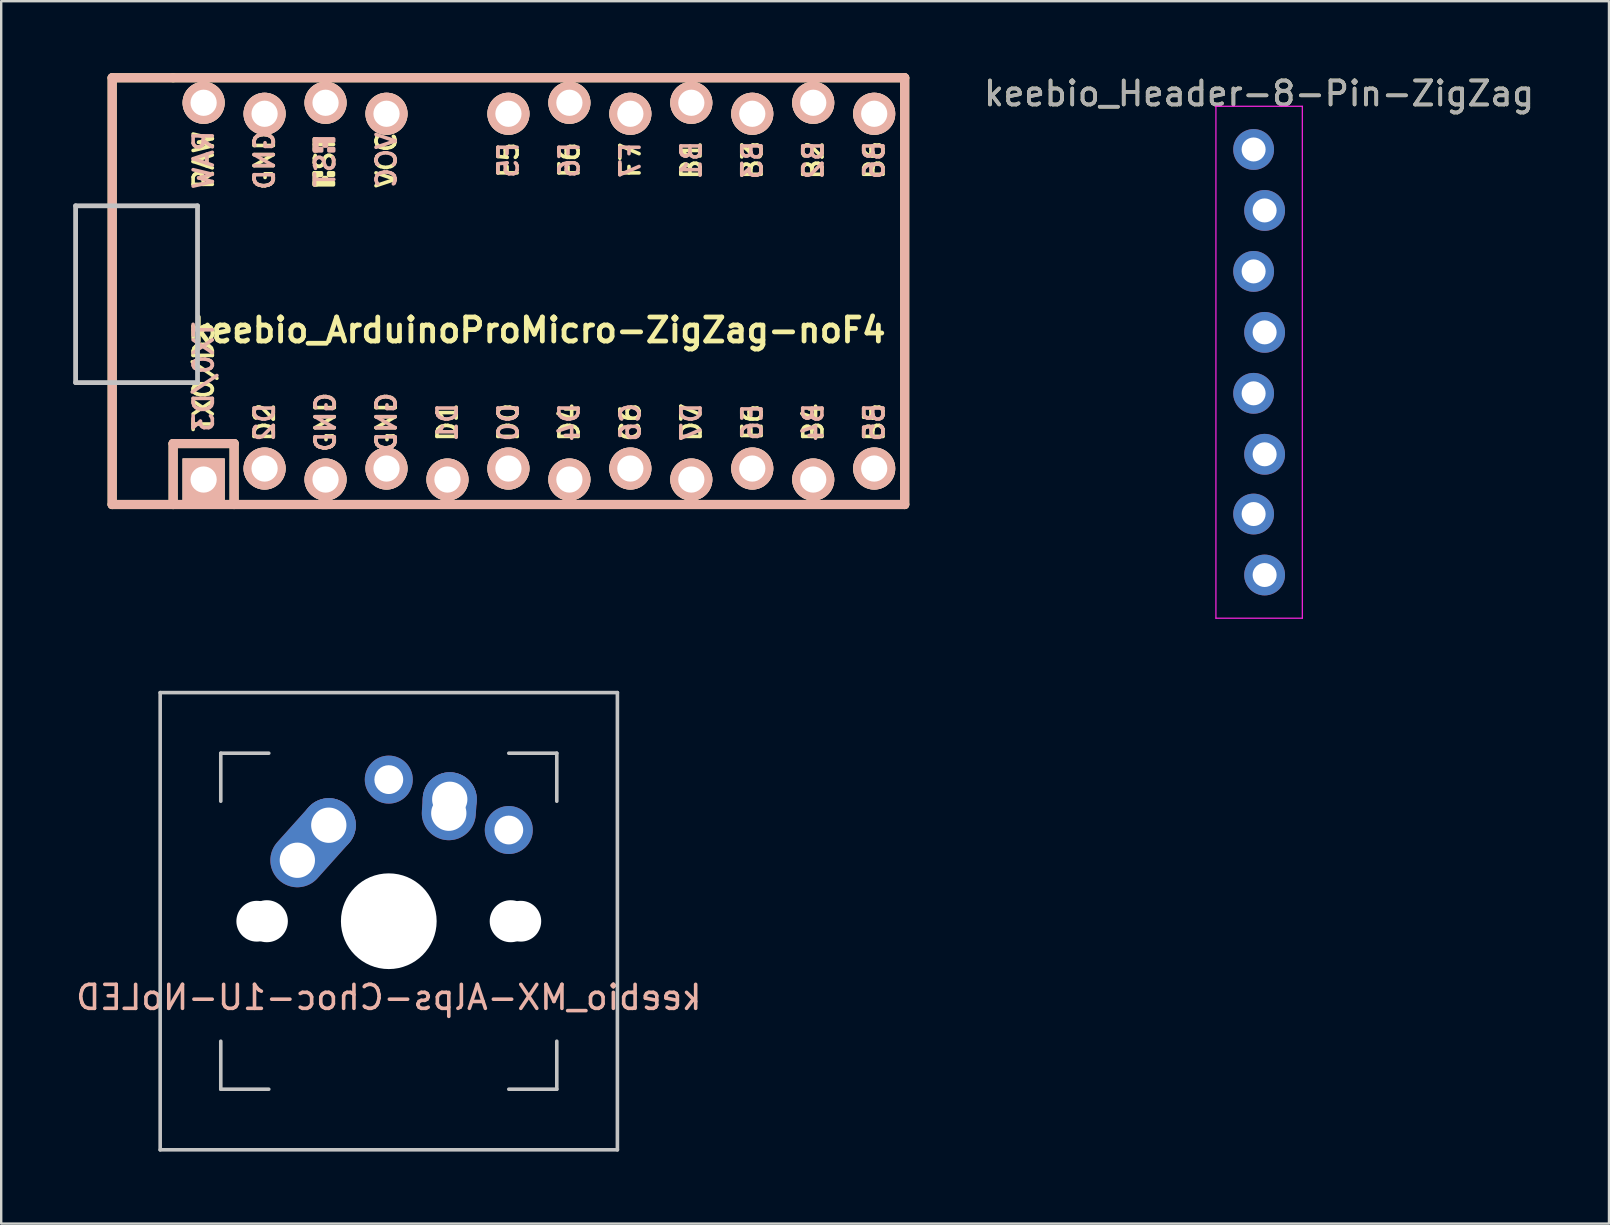
<source format=kicad_pcb>
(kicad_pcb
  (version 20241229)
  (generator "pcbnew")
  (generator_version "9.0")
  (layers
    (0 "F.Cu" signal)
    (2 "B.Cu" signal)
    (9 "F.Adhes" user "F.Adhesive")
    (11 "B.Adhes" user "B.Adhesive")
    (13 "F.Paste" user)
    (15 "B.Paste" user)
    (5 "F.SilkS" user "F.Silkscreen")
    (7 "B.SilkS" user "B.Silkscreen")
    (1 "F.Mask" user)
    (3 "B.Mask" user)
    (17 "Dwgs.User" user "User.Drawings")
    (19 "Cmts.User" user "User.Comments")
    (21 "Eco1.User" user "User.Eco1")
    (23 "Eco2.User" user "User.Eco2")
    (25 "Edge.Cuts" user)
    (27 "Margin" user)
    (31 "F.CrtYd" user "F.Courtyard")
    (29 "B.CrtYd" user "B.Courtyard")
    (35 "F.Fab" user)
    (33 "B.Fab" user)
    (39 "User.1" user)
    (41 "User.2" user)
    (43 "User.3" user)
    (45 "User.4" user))
  (footprint "keebio_Header-8-Pin-ZigZag"
    (layer "F.Cu")
    (at 49.412 3.178)
    (property "Reference" "keebio_Header-8-Pin-ZigZag" (at 0 -2.33 0) (layer "F.SilkS") (effects (font (size 1 1) (thickness 0.15))))
    (attr through_hole)
    (fp_line (start -1.8 -1.8) (end -1.8 19.53) (stroke (width 0.05) (type solid)) (layer "F.CrtYd"))
    (fp_line (start 1.8 -1.8) (end -1.8 -1.8) (stroke (width 0.05) (type solid)) (layer "F.CrtYd"))
    (fp_line (start 1.8 -1.8) (end 1.8 19.53) (stroke (width 0.05) (type solid)) (layer "F.CrtYd"))
    (fp_line (start 1.8 19.53) (end -1.8 19.53) (stroke (width 0.05) (type solid)) (layer "F.CrtYd"))
    (fp_text user "${REFERENCE}" (at 0 -2.33 0) (layer "F.Fab") (effects (font (size 1 1) (thickness 0.15))))
    (pad "1" thru_hole circle (at -0.229 0) (size 1.7 1.7) (drill 1) (layers "*.Cu" "*.Mask"))
    (pad "2" thru_hole oval (at 0.229 2.54) (size 1.7 1.7) (drill 1) (layers "*.Cu" "*.Mask"))
    (pad "3" thru_hole oval (at -0.229 5.08) (size 1.7 1.7) (drill 1) (layers "*.Cu" "*.Mask"))
    (pad "4" thru_hole oval (at 0.229 7.62) (size 1.7 1.7) (drill 1) (layers "*.Cu" "*.Mask"))
    (pad "5" thru_hole oval (at -0.229 10.16) (size 1.7 1.7) (drill 1) (layers "*.Cu" "*.Mask"))
    (pad "6" thru_hole oval (at 0.229 12.7) (size 1.7 1.7) (drill 1) (layers "*.Cu" "*.Mask"))
    (pad "7" thru_hole circle (at -0.229 15.19) (size 1.7 1.7) (drill 1) (layers "*.Cu" "*.Mask"))
    (pad "8" thru_hole oval (at 0.229 17.73) (size 1.7 1.7) (drill 1) (layers "*.Cu" "*.Mask")))
  (footprint "keebio_ArduinoProMicro-ZigZag-noF4"
    (layer "F.Cu")
    (at 19.404 9.081)
    (property "Reference" "keebio_ArduinoProMicro-ZigZag-noF4" (at 0 1.625 0) (layer "F.SilkS") (effects (font (size 1 1) (thickness 0.2))))
    (attr through_hole)
    (fp_line (start -17.78 -8.89) (end -17.78 8.89) (stroke (width 0.381) (type solid)) (layer "F.SilkS"))
    (fp_line (start -17.78 8.89) (end -15.24 8.89) (stroke (width 0.381) (type solid)) (layer "F.SilkS"))
    (fp_line (start -15.24 -8.89) (end -17.78 -8.89) (stroke (width 0.381) (type solid)) (layer "F.SilkS"))
    (fp_line (start -15.24 6.35) (end -15.24 8.89) (stroke (width 0.381) (type solid)) (layer "F.SilkS"))
    (fp_line (start -15.24 6.35) (end -12.7 6.35) (stroke (width 0.381) (type solid)) (layer "F.SilkS"))
    (fp_line (start -15.24 8.89) (end 15.24 8.89) (stroke (width 0.381) (type solid)) (layer "F.SilkS"))
    (fp_line (start -12.7 6.35) (end -12.7 8.89) (stroke (width 0.381) (type solid)) (layer "F.SilkS"))
    (fp_line (start 15.24 -8.89) (end -15.24 -8.89) (stroke (width 0.381) (type solid)) (layer "F.SilkS"))
    (fp_line (start 15.24 8.89) (end 15.24 -8.89) (stroke (width 0.381) (type solid)) (layer "F.SilkS"))
    (fp_poly (pts (xy -9.361 -4.932) (xy -9.261 -4.932) (xy -9.261 -4.432) (xy -9.361 -4.432)) (stroke (width 0.15) (type solid)) (fill yes) (layer "F.SilkS"))
    (fp_poly (pts (xy -9.361 -4.932) (xy -9.061 -4.932) (xy -9.061 -4.832) (xy -9.361 -4.832)) (stroke (width 0.15) (type solid)) (fill yes) (layer "F.SilkS"))
    (fp_poly (pts (xy -9.361 -4.532) (xy -8.561 -4.532) (xy -8.561 -4.432) (xy -9.361 -4.432)) (stroke (width 0.15) (type solid)) (fill yes) (layer "F.SilkS"))
    (fp_poly (pts (xy -8.961 -4.732) (xy -8.861 -4.732) (xy -8.861 -4.632) (xy -8.961 -4.632)) (stroke (width 0.15) (type solid)) (fill yes) (layer "F.SilkS"))
    (fp_poly (pts (xy -8.761 -4.932) (xy -8.561 -4.932) (xy -8.561 -4.832) (xy -8.761 -4.832)) (stroke (width 0.15) (type solid)) (fill yes) (layer "F.SilkS"))
    (fp_line (start -17.78 -8.89) (end -17.78 8.89) (stroke (width 0.381) (type solid)) (layer "B.SilkS"))
    (fp_line (start -17.78 8.89) (end 15.24 8.89) (stroke (width 0.381) (type solid)) (layer "B.SilkS"))
    (fp_line (start -15.24 6.35) (end -15.24 8.89) (stroke (width 0.381) (type solid)) (layer "B.SilkS"))
    (fp_line (start -15.24 6.35) (end -12.7 6.35) (stroke (width 0.381) (type solid)) (layer "B.SilkS"))
    (fp_line (start -12.7 6.35) (end -12.7 8.89) (stroke (width 0.381) (type solid)) (layer "B.SilkS"))
    (fp_line (start 15.24 -8.89) (end -17.78 -8.89) (stroke (width 0.381) (type solid)) (layer "B.SilkS"))
    (fp_line (start 15.24 8.89) (end 15.24 -8.89) (stroke (width 0.381) (type solid)) (layer "B.SilkS"))
    (fp_poly (pts (xy -9.351 -6.245) (xy -8.551 -6.245) (xy -8.551 -6.345) (xy -9.351 -6.345)) (stroke (width 0.15) (type solid)) (fill yes) (layer "B.SilkS"))
    (fp_poly (pts (xy -9.351 -5.845) (xy -9.251 -5.845) (xy -9.251 -6.345) (xy -9.351 -6.345)) (stroke (width 0.15) (type solid)) (fill yes) (layer "B.SilkS"))
    (fp_poly (pts (xy -9.351 -5.845) (xy -9.051 -5.845) (xy -9.051 -5.945) (xy -9.351 -5.945)) (stroke (width 0.15) (type solid)) (fill yes) (layer "B.SilkS"))
    (fp_poly (pts (xy -8.951 -6.045) (xy -8.851 -6.045) (xy -8.851 -6.145) (xy -8.951 -6.145)) (stroke (width 0.15) (type solid)) (fill yes) (layer "B.SilkS"))
    (fp_poly (pts (xy -8.751 -5.845) (xy -8.551 -5.845) (xy -8.551 -5.945) (xy -8.751 -5.945)) (stroke (width 0.15) (type solid)) (fill yes) (layer "B.SilkS"))
    (fp_line (start -19.304 -3.556) (end -14.224 -3.556) (stroke (width 0.2) (type solid)) (layer "Dwgs.User"))
    (fp_line (start -19.304 3.81) (end -19.304 -3.556) (stroke (width 0.2) (type solid)) (layer "Dwgs.User"))
    (fp_line (start -14.224 -3.556) (end -14.224 3.81) (stroke (width 0.2) (type solid)) (layer "Dwgs.User"))
    (fp_line (start -14.224 3.81) (end -19.304 3.81) (stroke (width 0.2) (type solid)) (layer "Dwgs.User"))
    (fp_text user "GND" (at -11.43 -5.461 270) (layer "F.SilkS") (effects (font (size 0.8 0.8) (thickness 0.15))))
    (fp_text user "D1" (at -3.81 5.461 270) (layer "F.SilkS") (effects (font (size 0.8 0.8) (thickness 0.15))))
    (fp_text user "D7" (at 6.35 5.461 270) (layer "F.SilkS") (effects (font (size 0.8 0.8) (thickness 0.15))))
    (fp_text user "D0" (at -1.27 5.461 270) (layer "F.SilkS") (effects (font (size 0.8 0.8) (thickness 0.15))))
    (fp_text user "D2" (at -11.43 5.461 270) (layer "F.SilkS") (effects (font (size 0.8 0.8) (thickness 0.15))))
    (fp_text user "F7" (at 3.81 -5.461 270) (layer "F.SilkS") (effects (font (size 0.8 0.8) (thickness 0.15))))
    (fp_text user "VCC" (at -6.35 -5.461 270) (layer "F.SilkS") (effects (font (size 0.8 0.8) (thickness 0.15))))
    (fp_text user "GND" (at -8.89 5.461 270) (layer "F.SilkS") (effects (font (size 0.8 0.8) (thickness 0.15))))
    (fp_text user "B5" (at 13.97 5.461 270) (layer "F.SilkS") (effects (font (size 0.8 0.8) (thickness 0.15))))
    (fp_text user "B4" (at 11.43 5.461 270) (layer "F.SilkS") (effects (font (size 0.8 0.8) (thickness 0.15))))
    (fp_text user "D4" (at 1.27 5.461 270) (layer "F.SilkS") (effects (font (size 0.8 0.8) (thickness 0.15))))
    (fp_text user "B3" (at 8.89 -5.461 270) (layer "F.SilkS") (effects (font (size 0.8 0.8) (thickness 0.15))))
    (fp_text user "B1" (at 6.35 -5.461 270) (layer "F.SilkS") (effects (font (size 0.8 0.8) (thickness 0.15))))
    (fp_text user "C6" (at 3.81 5.461 270) (layer "F.SilkS") (effects (font (size 0.8 0.8) (thickness 0.15))))
    (fp_text user "F5" (at -1.27 -5.461 270) (layer "F.SilkS") (effects (font (size 0.8 0.8) (thickness 0.15))))
    (fp_text user "ST" (at -8.92 -5.733 270) (layer "F.SilkS") (effects (font (size 0.8 0.8) (thickness 0.15))))
    (fp_text user "GND" (at -6.35 5.461 270) (layer "F.SilkS") (effects (font (size 0.8 0.8) (thickness 0.15))))
    (fp_text user "B6" (at 13.97 -5.461 270) (layer "F.SilkS") (effects (font (size 0.8 0.8) (thickness 0.15))))
    (fp_text user "F6" (at 1.27 -5.461 270) (layer "F.SilkS") (effects (font (size 0.8 0.8) (thickness 0.15))))
    (fp_text user "RAW" (at -13.97 -5.461 270) (layer "F.SilkS") (effects (font (size 0.8 0.8) (thickness 0.15))))
    (fp_text user "TX0/D3" (at -13.97 3.572 270) (layer "F.SilkS") (effects (font (size 0.8 0.8) (thickness 0.15))))
    (fp_text user "E6" (at 8.89 5.461 270) (layer "F.SilkS") (effects (font (size 0.8 0.8) (thickness 0.15))))
    (fp_text user "B2" (at 11.43 -5.461 270) (layer "F.SilkS") (effects (font (size 0.8 0.8) (thickness 0.15))))
    (fp_text user "TX0/D3" (at -13.97 3.572 270) (layer "B.SilkS") (effects (font (size 0.8 0.8) (thickness 0.15)) (justify mirror)))
    (fp_text user "F6" (at 1.27 -5.461 270) (layer "B.SilkS") (effects (font (size 0.8 0.8) (thickness 0.15)) (justify mirror)))
    (fp_text user "D4" (at 1.27 5.461 270) (layer "B.SilkS") (effects (font (size 0.8 0.8) (thickness 0.15)) (justify mirror)))
    (fp_text user "B4" (at 11.43 5.461 270) (layer "B.SilkS") (effects (font (size 0.8 0.8) (thickness 0.15)) (justify mirror)))
    (fp_text user "B3" (at 8.89 -5.461 270) (layer "B.SilkS") (effects (font (size 0.8 0.8) (thickness 0.15)) (justify mirror)))
    (fp_text user "D1" (at -3.81 5.461 270) (layer "B.SilkS") (effects (font (size 0.8 0.8) (thickness 0.15)) (justify mirror)))
    (fp_text user "D0" (at -1.27 5.461 270) (layer "B.SilkS") (effects (font (size 0.8 0.8) (thickness 0.15)) (justify mirror)))
    (fp_text user "B5" (at 13.97 5.461 270) (layer "B.SilkS") (effects (font (size 0.8 0.8) (thickness 0.15)) (justify mirror)))
    (fp_text user "B6" (at 13.97 -5.461 270) (layer "B.SilkS") (effects (font (size 0.8 0.8) (thickness 0.15)) (justify mirror)))
    (fp_text user "C6" (at 3.81 5.461 270) (layer "B.SilkS") (effects (font (size 0.8 0.8) (thickness 0.15)) (justify mirror)))
    (fp_text user "E6" (at 8.89 5.461 270) (layer "B.SilkS") (effects (font (size 0.8 0.8) (thickness 0.15)) (justify mirror)))
    (fp_text user "D7" (at 6.35 5.461 270) (layer "B.SilkS") (effects (font (size 0.8 0.8) (thickness 0.15)) (justify mirror)))
    (fp_text user "F5" (at -1.27 -5.461 270) (layer "B.SilkS") (effects (font (size 0.8 0.8) (thickness 0.15)) (justify mirror)))
    (fp_text user "ST" (at -8.91 -5.04 270) (layer "B.SilkS") (effects (font (size 0.8 0.8) (thickness 0.15)) (justify mirror)))
    (fp_text user "B2" (at 11.43 -5.461 270) (layer "B.SilkS") (effects (font (size 0.8 0.8) (thickness 0.15)) (justify mirror)))
    (fp_text user "B1" (at 6.35 -5.461 270) (layer "B.SilkS") (effects (font (size 0.8 0.8) (thickness 0.15)) (justify mirror)))
    (fp_text user "GND" (at -8.89 5.461 270) (layer "B.SilkS") (effects (font (size 0.8 0.8) (thickness 0.15)) (justify mirror)))
    (fp_text user "RAW" (at -13.97 -5.461 270) (layer "B.SilkS") (effects (font (size 0.8 0.8) (thickness 0.15)) (justify mirror)))
    (fp_text user "GND" (at -6.35 5.461 270) (layer "B.SilkS") (effects (font (size 0.8 0.8) (thickness 0.15)) (justify mirror)))
    (fp_text user "VCC" (at -6.35 -5.461 270) (layer "B.SilkS") (effects (font (size 0.8 0.8) (thickness 0.15)) (justify mirror)))
    (fp_text user "GND" (at -11.43 -5.461 270) (layer "B.SilkS") (effects (font (size 0.8 0.8) (thickness 0.15)) (justify mirror)))
    (fp_text user "F7" (at 3.81 -5.461 270) (layer "B.SilkS") (effects (font (size 0.8 0.8) (thickness 0.15)) (justify mirror)))
    (fp_text user "D2" (at -11.43 5.461 270) (layer "B.SilkS") (effects (font (size 0.8 0.8) (thickness 0.15)) (justify mirror)))
    (pad "1" thru_hole rect (at -13.97 7.849) (size 1.753 1.753) (drill 1.092) (layers "*.Cu" "*.SilkS" "*.Mask"))
    (pad "2" thru_hole circle (at -11.43 7.391) (size 1.753 1.753) (drill 1.092) (layers "*.Cu" "*.SilkS" "*.Mask"))
    (pad "3" thru_hole circle (at -8.89 7.849) (size 1.753 1.753) (drill 1.092) (layers "*.Cu" "*.SilkS" "*.Mask"))
    (pad "4" thru_hole circle (at -6.35 7.391) (size 1.753 1.753) (drill 1.092) (layers "*.Cu" "*.SilkS" "*.Mask"))
    (pad "5" thru_hole circle (at -3.81 7.849) (size 1.753 1.753) (drill 1.092) (layers "*.Cu" "*.SilkS" "*.Mask"))
    (pad "6" thru_hole circle (at -1.27 7.391) (size 1.753 1.753) (drill 1.092) (layers "*.Cu" "*.SilkS" "*.Mask"))
    (pad "7" thru_hole circle (at 1.27 7.849) (size 1.753 1.753) (drill 1.092) (layers "*.Cu" "*.SilkS" "*.Mask"))
    (pad "8" thru_hole circle (at 3.81 7.391) (size 1.753 1.753) (drill 1.092) (layers "*.Cu" "*.SilkS" "*.Mask"))
    (pad "9" thru_hole circle (at 6.35 7.849) (size 1.753 1.753) (drill 1.092) (layers "*.Cu" "*.SilkS" "*.Mask"))
    (pad "10" thru_hole circle (at 8.89 7.391) (size 1.753 1.753) (drill 1.092) (layers "*.Cu" "*.SilkS" "*.Mask"))
    (pad "11" thru_hole circle (at 11.43 7.849) (size 1.753 1.753) (drill 1.092) (layers "*.Cu" "*.SilkS" "*.Mask"))
    (pad "12" thru_hole circle (at 13.97 7.391) (size 1.753 1.753) (drill 1.092) (layers "*.Cu" "*.SilkS" "*.Mask"))
    (pad "13" thru_hole circle (at 13.97 -7.391) (size 1.753 1.753) (drill 1.092) (layers "*.Cu" "*.SilkS" "*.Mask"))
    (pad "14" thru_hole circle (at 11.43 -7.849) (size 1.753 1.753) (drill 1.092) (layers "*.Cu" "*.SilkS" "*.Mask"))
    (pad "15" thru_hole circle (at 8.89 -7.391) (size 1.753 1.753) (drill 1.092) (layers "*.Cu" "*.SilkS" "*.Mask"))
    (pad "16" thru_hole circle (at 6.35 -7.849) (size 1.753 1.753) (drill 1.092) (layers "*.Cu" "*.SilkS" "*.Mask"))
    (pad "17" thru_hole circle (at 3.81 -7.391) (size 1.753 1.753) (drill 1.092) (layers "*.Cu" "*.SilkS" "*.Mask"))
    (pad "18" thru_hole circle (at 1.27 -7.849) (size 1.753 1.753) (drill 1.092) (layers "*.Cu" "*.SilkS" "*.Mask"))
    (pad "19" thru_hole circle (at -1.27 -7.391) (size 1.753 1.753) (drill 1.092) (layers "*.Cu" "*.SilkS" "*.Mask"))
    (pad "21" thru_hole circle (at -6.35 -7.391) (size 1.753 1.753) (drill 1.092) (layers "*.Cu" "*.SilkS" "*.Mask"))
    (pad "22" thru_hole circle (at -8.89 -7.849) (size 1.753 1.753) (drill 1.092) (layers "*.Cu" "*.SilkS" "*.Mask"))
    (pad "23" thru_hole circle (at -11.43 -7.391) (size 1.753 1.753) (drill 1.092) (layers "*.Cu" "*.SilkS" "*.Mask"))
    (pad "24" thru_hole circle (at -13.97 -7.849) (size 1.753 1.753) (drill 1.092) (layers "*.Cu" "*.SilkS" "*.Mask")))
  (footprint "keebio_MX-Alps-Choc-1U-NoLED"
    (layer "F.Cu")
    (at 13.149 35.333)
    (property "Reference" "keebio_MX-Alps-Choc-1U-NoLED" (at 0 3.175 0) (layer "B.SilkS") (effects (font (size 1 1) (thickness 0.15)) (justify mirror)))
    (attr through_hole)
    (fp_line (start -9.525 -9.525) (end 9.525 -9.525) (stroke (width 0.15) (type solid)) (layer "Dwgs.User"))
    (fp_line (start -9.525 9.525) (end -9.525 -9.525) (stroke (width 0.15) (type solid)) (layer "Dwgs.User"))
    (fp_line (start -7 -7) (end -7 -5) (stroke (width 0.15) (type solid)) (layer "Dwgs.User"))
    (fp_line (start -7 5) (end -7 7) (stroke (width 0.15) (type solid)) (layer "Dwgs.User"))
    (fp_line (start -7 7) (end -5 7) (stroke (width 0.15) (type solid)) (layer "Dwgs.User"))
    (fp_line (start -5 -7) (end -7 -7) (stroke (width 0.15) (type solid)) (layer "Dwgs.User"))
    (fp_line (start 5 -7) (end 7 -7) (stroke (width 0.15) (type solid)) (layer "Dwgs.User"))
    (fp_line (start 5 7) (end 7 7) (stroke (width 0.15) (type solid)) (layer "Dwgs.User"))
    (fp_line (start 7 -7) (end 7 -5) (stroke (width 0.15) (type solid)) (layer "Dwgs.User"))
    (fp_line (start 7 7) (end 7 5) (stroke (width 0.15) (type solid)) (layer "Dwgs.User"))
    (fp_line (start 9.525 -9.525) (end 9.525 9.525) (stroke (width 0.15) (type solid)) (layer "Dwgs.User"))
    (fp_line (start 9.525 9.525) (end -9.525 9.525) (stroke (width 0.15) (type solid)) (layer "Dwgs.User"))
    (pad "" np_thru_hole circle (at -5.5 0 48.1) (size 1.7 1.7) (drill 1.7) (layers "*.Cu" "*.Mask"))
    (pad "" np_thru_hole circle (at -5.08 0 48.1) (size 1.75 1.75) (drill 1.75) (layers "*.Cu" "*.Mask"))
    (pad "" np_thru_hole circle (at 0 0) (size 3.988 3.988) (drill 3.988) (layers "*.Cu" "*.Mask"))
    (pad "" np_thru_hole circle (at 5.08 0 48.1) (size 1.75 1.75) (drill 1.75) (layers "*.Cu" "*.Mask"))
    (pad "" np_thru_hole circle (at 5.5 0 48.1) (size 1.7 1.7) (drill 1.7) (layers "*.Cu" "*.Mask"))
    (pad "1" thru_hole oval (at 2.5 -4.5 86.1) (size 2.831 2.25) (drill 1.47 (offset 0.291 0)) (layers "*.Cu" "*.Mask"))
    (pad "1" thru_hole circle (at 2.54 -5.08) (size 2.25 2.25) (drill 1.47) (layers "*.Cu" "*.Mask"))
    (pad "1" thru_hole circle (at 5 -3.8) (size 2 2) (drill 1.2) (layers "*.Cu" "*.Mask"))
    (pad "2" thru_hole oval (at -3.81 -2.54 48.1) (size 4.212 2.25) (drill 1.47 (offset 0.981 0)) (layers "*.Cu" "*.Mask"))
    (pad "2" thru_hole circle (at -2.5 -4) (size 2.25 2.25) (drill 1.47) (layers "*.Cu" "*.Mask"))
    (pad "2" thru_hole circle (at 0 -5.9) (size 2 2) (drill 1.2) (layers "*.Cu" "*.Mask")))
  (gr_rect
    (start -3 -3)
    (end 63.989 47.933)
    (stroke (width 0.1) (type default))
    (fill no)
    (layer "Edge.Cuts")))
</source>
